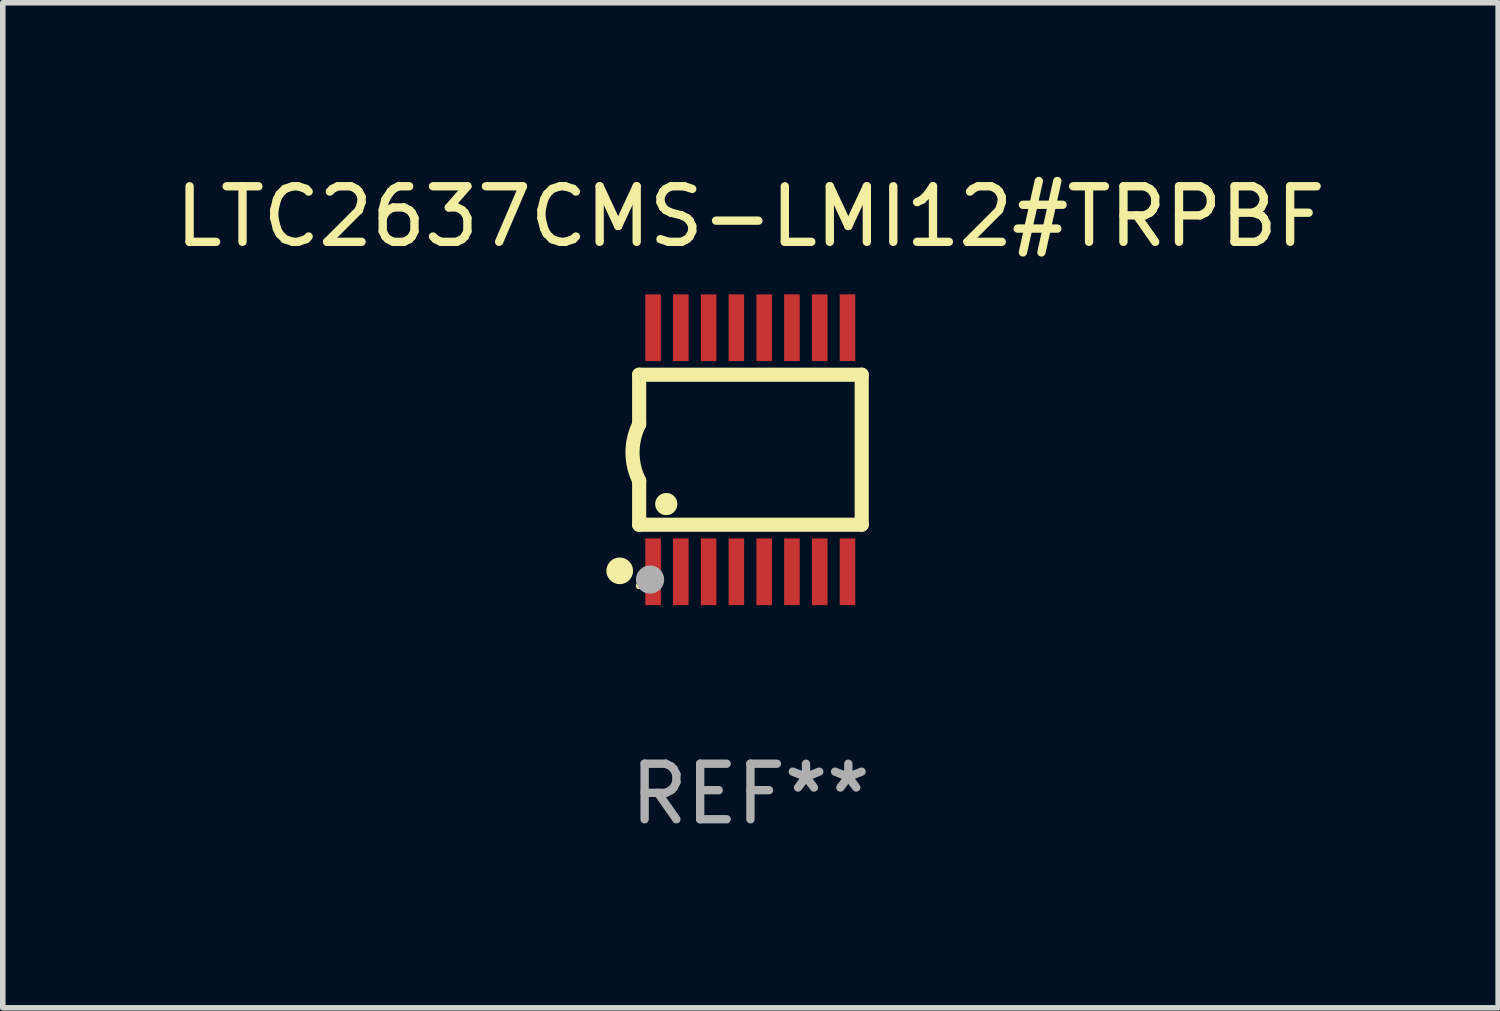
<source format=kicad_pcb>
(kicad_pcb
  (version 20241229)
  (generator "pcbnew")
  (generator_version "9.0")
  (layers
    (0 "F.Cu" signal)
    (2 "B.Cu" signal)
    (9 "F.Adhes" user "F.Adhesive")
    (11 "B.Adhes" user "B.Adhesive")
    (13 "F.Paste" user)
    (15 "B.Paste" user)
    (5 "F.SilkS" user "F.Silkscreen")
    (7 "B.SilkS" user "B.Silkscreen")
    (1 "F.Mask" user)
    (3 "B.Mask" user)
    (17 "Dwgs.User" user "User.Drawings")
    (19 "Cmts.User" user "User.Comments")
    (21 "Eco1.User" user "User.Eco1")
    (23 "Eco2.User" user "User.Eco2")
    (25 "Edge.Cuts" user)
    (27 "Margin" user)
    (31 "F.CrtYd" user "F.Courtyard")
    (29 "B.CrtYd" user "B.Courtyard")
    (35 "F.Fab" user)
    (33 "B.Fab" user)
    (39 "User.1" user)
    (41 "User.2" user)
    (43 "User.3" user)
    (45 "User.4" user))
  (footprint "LTC2637CMS-LMI12#TRPBF"
    (layer "F.Cu")
    (at 10.458 5.045)
    (property "Reference" "LTC2637CMS-LMI12#TRPBF" (at 0 -4.197 0) (layer "F.SilkS") (effects (font (size 1 1) (thickness 0.15))))
    (attr through_hole)
    (fp_line (start -2.003 -1.35) (end -2.003 -0.457) (stroke (width 0.254) (type solid)) (layer "F.SilkS"))
    (fp_line (start -2.003 -1.35) (end 2.003 -1.35) (stroke (width 0.254) (type solid)) (layer "F.SilkS"))
    (fp_line (start -2.003 1.35) (end -2.003 0.559) (stroke (width 0.254) (type solid)) (layer "F.SilkS"))
    (fp_line (start -2.003 1.35) (end 2.003 1.35) (stroke (width 0.254) (type solid)) (layer "F.SilkS"))
    (fp_line (start 2.003 -1.35) (end 2.003 1.35) (stroke (width 0.254) (type solid)) (layer "F.SilkS"))
    (fp_arc (start -2.002286 0.558802) (mid -2.122556 0.05092) (end -2.003302 -0.457201) (stroke (width 0.254001) (type solid)) (layer "F.SilkS"))
    (fp_circle (center -2.353 2.18) (end -2.233 2.18) (stroke (width 0.24) (type solid)) (fill no) (layer "F.SilkS"))
    (fp_circle (center -2.003 2.45) (end -1.973 2.45) (stroke (width 0.06) (type solid)) (fill no) (layer "F.SilkS"))
    (fp_circle (center -1.515 0.978) (end -1.415 0.978) (stroke (width 0.2) (type solid)) (fill no) (layer "F.SilkS"))
    (fp_circle (center -1.807 2.337) (end -1.68 2.337) (stroke (width 0.254) (type solid)) (fill no) (layer "F.Fab"))
    (fp_text user "REF**" (at 0 6.197 0) (layer "F.Fab") (effects (font (size 1 1) (thickness 0.15))))
    (pad "1" smd rect (at -1.753 2.197 90) (size 1.2 0.28) (layers "F.Cu" "F.Mask" "F.Paste"))
    (pad "2" smd rect (at -1.253 2.197 90) (size 1.2 0.28) (layers "F.Cu" "F.Mask" "F.Paste"))
    (pad "3" smd rect (at -0.753 2.197 90) (size 1.2 0.28) (layers "F.Cu" "F.Mask" "F.Paste"))
    (pad "4" smd rect (at -0.253 2.197 90) (size 1.2 0.28) (layers "F.Cu" "F.Mask" "F.Paste"))
    (pad "5" smd rect (at 0.247 2.197 90) (size 1.2 0.28) (layers "F.Cu" "F.Mask" "F.Paste"))
    (pad "6" smd rect (at 0.747 2.197 90) (size 1.2 0.28) (layers "F.Cu" "F.Mask" "F.Paste"))
    (pad "7" smd rect (at 1.247 2.197 90) (size 1.2 0.28) (layers "F.Cu" "F.Mask" "F.Paste"))
    (pad "8" smd rect (at 1.747 2.197 90) (size 1.2 0.28) (layers "F.Cu" "F.Mask" "F.Paste"))
    (pad "9" smd rect (at 1.747 -2.197 90) (size 1.2 0.28) (layers "F.Cu" "F.Mask" "F.Paste"))
    (pad "10" smd rect (at 1.247 -2.197 90) (size 1.2 0.28) (layers "F.Cu" "F.Mask" "F.Paste"))
    (pad "11" smd rect (at 0.747 -2.197 90) (size 1.2 0.28) (layers "F.Cu" "F.Mask" "F.Paste"))
    (pad "12" smd rect (at 0.247 -2.197 90) (size 1.2 0.28) (layers "F.Cu" "F.Mask" "F.Paste"))
    (pad "13" smd rect (at -0.253 -2.197 90) (size 1.2 0.28) (layers "F.Cu" "F.Mask" "F.Paste"))
    (pad "14" smd rect (at -0.753 -2.197 90) (size 1.2 0.28) (layers "F.Cu" "F.Mask" "F.Paste"))
    (pad "15" smd rect (at -1.253 -2.197 90) (size 1.2 0.28) (layers "F.Cu" "F.Mask" "F.Paste"))
    (pad "16" smd rect (at -1.753 -2.197 90) (size 1.2 0.28) (layers "F.Cu" "F.Mask" "F.Paste")))
  (gr_rect
    (start -3 -3)
    (end 23.917 15.091)
    (stroke (width 0.1) (type default))
    (fill no)
    (layer "Edge.Cuts")))
</source>
